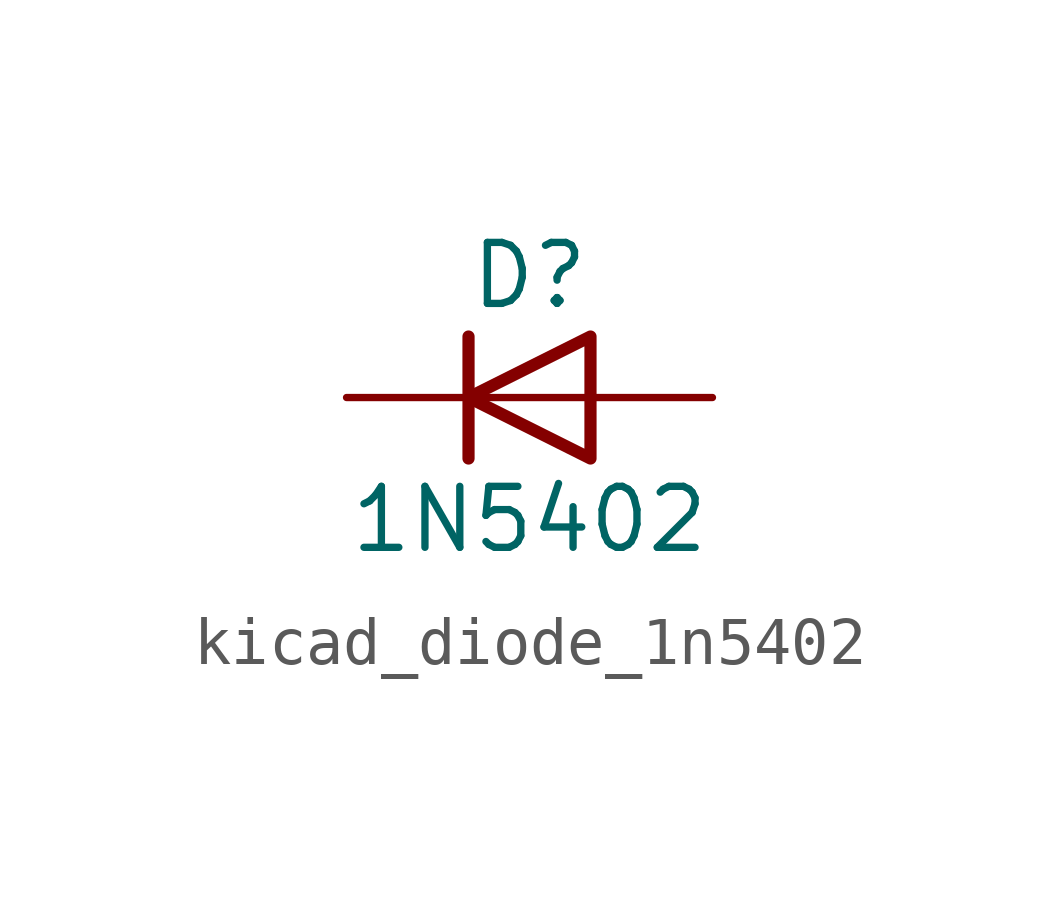
<source format=kicad_sym>
(kicad_symbol_lib
  (version 20220914)
  (generator kicad_symbol_editor)
  (symbol "kicad_diode_1n5402"
    (pin_numbers hide)
    (pin_names hide)
    (property "Reference" "D"
      (at 0 2.54 0)
      (effects (font (size 1.27 1.27))))
    (property "Value" "1N5402"
      (at 0 -2.54 0)
      (effects (font (size 1.27 1.27))))
    (symbol "kicad_diode_1n5402_0_1"
      (polyline (pts (xy -1.27 1.27) (xy -1.27 -1.27)) (stroke (width 0.254) (type default)) (fill (type none)))
      (polyline (pts (xy 1.27 0) (xy -1.27 0)) (stroke (width 0) (type default)) (fill (type none)))
      (polyline (pts (xy 1.27 1.27) (xy 1.27 -1.27) (xy -1.27 0) (xy 1.27 1.27)) (stroke (width 0.254) (type default)) (fill (type none))))
    (symbol "kicad_diode_1n5402_1_1"
      (pin passive line (at -3.81 0 0) (length 2.54) (name "K" (effects (font (size 1.27 1.27)))) (number "1" (effects (font (size 1.27 1.27)))))
      (pin passive line (at 3.81 0 180) (length 2.54) (name "A" (effects (font (size 1.27 1.27)))) (number "2" (effects (font (size 1.27 1.27))))))))
</source>
